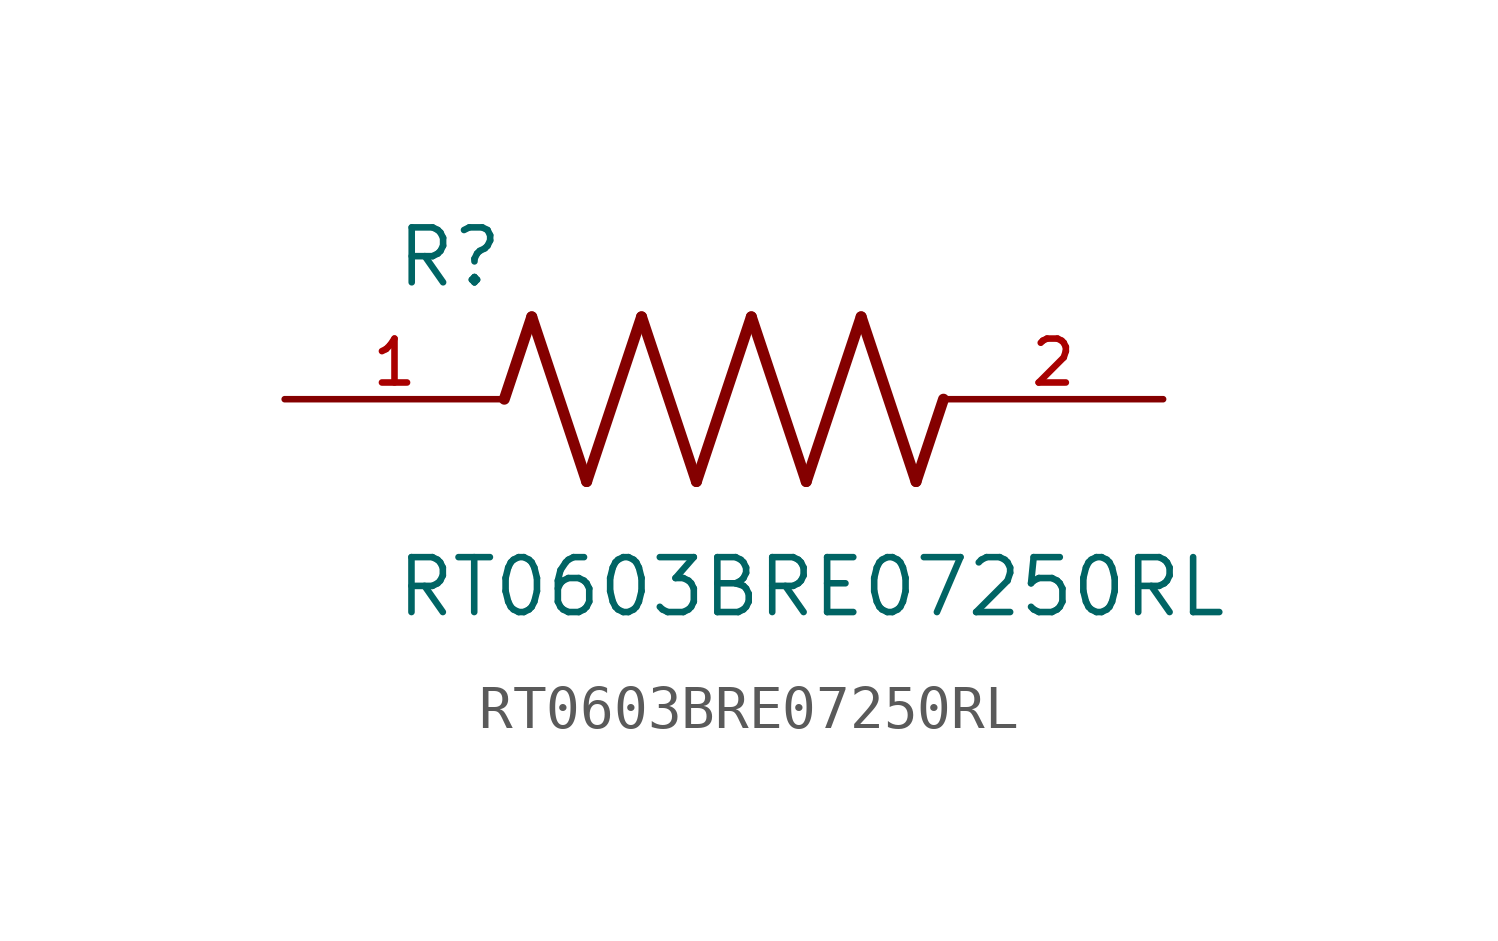
<source format=kicad_sym>
(kicad_symbol_lib
  (version 20211014)
  (generator kicad_symbol_editor)
  (symbol "RT0603BRE07250RL"
    (pin_names
      (offset 1.016))
    (property "Reference" "R"
      (at -7.624 2.541 0)
      (effects (font (size 1.27 1.27)) (justify bottom left)))
    (property "Value" "RT0603BRE07250RL"
      (at -7.63 -5.087 0)
      (effects (font (size 1.27 1.27)) (justify bottom left)))
    (symbol "RT0603BRE07250RL_0_0"
      (polyline (pts (xy -5.08 0.0) (xy -4.445 1.905)) (stroke (width 0.254)))
      (polyline (pts (xy -4.445 1.905) (xy -3.175 -1.905)) (stroke (width 0.254)))
      (polyline (pts (xy -3.175 -1.905) (xy -1.905 1.905)) (stroke (width 0.254)))
      (polyline (pts (xy -1.905 1.905) (xy -0.635 -1.905)) (stroke (width 0.254)))
      (polyline (pts (xy -0.635 -1.905) (xy 0.635 1.905)) (stroke (width 0.254)))
      (polyline (pts (xy 0.635 1.905) (xy 1.905 -1.905)) (stroke (width 0.254)))
      (polyline (pts (xy 1.905 -1.905) (xy 3.175 1.905)) (stroke (width 0.254)))
      (polyline (pts (xy 3.175 1.905) (xy 4.445 -1.905)) (stroke (width 0.254)))
      (polyline (pts (xy 4.445 -1.905) (xy 5.08 0.0)) (stroke (width 0.254)))
      (pin passive line (at -10.16 0.0 0) (length 5.08) (name "~" (effects (font (size 1.016 1.016)))) (number "1" (effects (font (size 1.016 1.016)))))
      (pin passive line (at 10.16 0.0 180.0) (length 5.08) (name "~" (effects (font (size 1.016 1.016)))) (number "2" (effects (font (size 1.016 1.016))))))))
</source>
